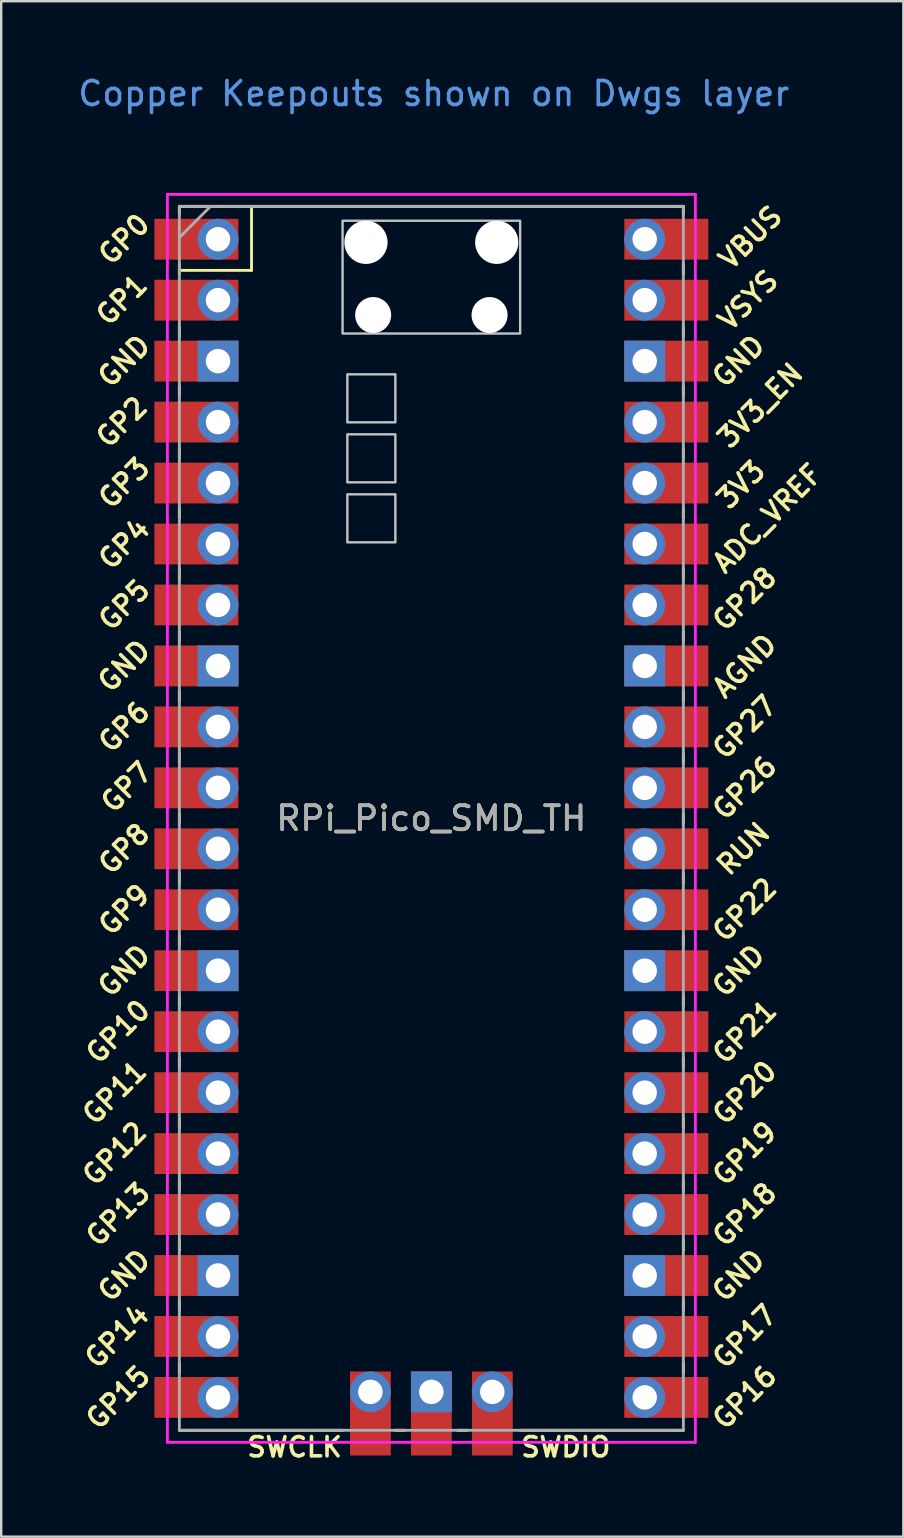
<source format=kicad_pcb>
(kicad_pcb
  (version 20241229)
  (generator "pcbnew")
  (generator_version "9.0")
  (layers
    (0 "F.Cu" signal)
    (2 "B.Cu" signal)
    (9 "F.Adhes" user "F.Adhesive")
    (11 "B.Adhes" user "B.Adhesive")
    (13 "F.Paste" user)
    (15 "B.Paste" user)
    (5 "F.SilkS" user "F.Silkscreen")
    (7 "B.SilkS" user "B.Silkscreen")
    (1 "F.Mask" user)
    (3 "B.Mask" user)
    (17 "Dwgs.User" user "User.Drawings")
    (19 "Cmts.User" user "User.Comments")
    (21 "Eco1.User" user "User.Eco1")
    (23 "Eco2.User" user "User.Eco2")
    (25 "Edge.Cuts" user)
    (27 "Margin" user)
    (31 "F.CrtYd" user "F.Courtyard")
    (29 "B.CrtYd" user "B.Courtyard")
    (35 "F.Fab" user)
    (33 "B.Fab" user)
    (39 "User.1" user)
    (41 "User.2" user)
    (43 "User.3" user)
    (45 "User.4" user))
  (footprint "RPi_Pico_SMD_TH"
    (layer "F.Cu")
    (at 14.924 31.048)
    (property "Reference" "RPi_Pico_SMD_TH" (at 0 0 0) (layer "F.SilkS") (effects (font (size 1 1) (thickness 0.15))))
    (fp_line (start -10.5 -25.5) (end -10.5 -25.2) (stroke (width 0.12) (type solid)) (layer "F.SilkS"))
    (fp_line (start -10.5 -25.5) (end 10.5 -25.5) (stroke (width 0.12) (type solid)) (layer "F.SilkS"))
    (fp_line (start -10.5 -23.1) (end -10.5 -22.7) (stroke (width 0.12) (type solid)) (layer "F.SilkS"))
    (fp_line (start -10.5 -22.833) (end -7.493 -22.833) (stroke (width 0.12) (type solid)) (layer "F.SilkS"))
    (fp_line (start -10.5 -20.5) (end -10.5 -20.1) (stroke (width 0.12) (type solid)) (layer "F.SilkS"))
    (fp_line (start -10.5 -18) (end -10.5 -17.6) (stroke (width 0.12) (type solid)) (layer "F.SilkS"))
    (fp_line (start -10.5 -15.4) (end -10.5 -15) (stroke (width 0.12) (type solid)) (layer "F.SilkS"))
    (fp_line (start -10.5 -12.9) (end -10.5 -12.5) (stroke (width 0.12) (type solid)) (layer "F.SilkS"))
    (fp_line (start -10.5 -10.4) (end -10.5 -10) (stroke (width 0.12) (type solid)) (layer "F.SilkS"))
    (fp_line (start -10.5 -7.8) (end -10.5 -7.4) (stroke (width 0.12) (type solid)) (layer "F.SilkS"))
    (fp_line (start -10.5 -5.3) (end -10.5 -4.9) (stroke (width 0.12) (type solid)) (layer "F.SilkS"))
    (fp_line (start -10.5 -2.7) (end -10.5 -2.3) (stroke (width 0.12) (type solid)) (layer "F.SilkS"))
    (fp_line (start -10.5 -0.2) (end -10.5 0.2) (stroke (width 0.12) (type solid)) (layer "F.SilkS"))
    (fp_line (start -10.5 2.3) (end -10.5 2.7) (stroke (width 0.12) (type solid)) (layer "F.SilkS"))
    (fp_line (start -10.5 4.9) (end -10.5 5.3) (stroke (width 0.12) (type solid)) (layer "F.SilkS"))
    (fp_line (start -10.5 7.4) (end -10.5 7.8) (stroke (width 0.12) (type solid)) (layer "F.SilkS"))
    (fp_line (start -10.5 10) (end -10.5 10.4) (stroke (width 0.12) (type solid)) (layer "F.SilkS"))
    (fp_line (start -10.5 12.5) (end -10.5 12.9) (stroke (width 0.12) (type solid)) (layer "F.SilkS"))
    (fp_line (start -10.5 15.1) (end -10.5 15.5) (stroke (width 0.12) (type solid)) (layer "F.SilkS"))
    (fp_line (start -10.5 17.6) (end -10.5 18) (stroke (width 0.12) (type solid)) (layer "F.SilkS"))
    (fp_line (start -10.5 20.1) (end -10.5 20.5) (stroke (width 0.12) (type solid)) (layer "F.SilkS"))
    (fp_line (start -10.5 22.7) (end -10.5 23.1) (stroke (width 0.12) (type solid)) (layer "F.SilkS"))
    (fp_line (start -7.493 -22.833) (end -7.493 -25.5) (stroke (width 0.12) (type solid)) (layer "F.SilkS"))
    (fp_line (start -3.7 25.5) (end -10.5 25.5) (stroke (width 0.12) (type solid)) (layer "F.SilkS"))
    (fp_line (start -1.5 25.5) (end -1.1 25.5) (stroke (width 0.12) (type solid)) (layer "F.SilkS"))
    (fp_line (start 1.1 25.5) (end 1.5 25.5) (stroke (width 0.12) (type solid)) (layer "F.SilkS"))
    (fp_line (start 10.5 -25.5) (end 10.5 -25.2) (stroke (width 0.12) (type solid)) (layer "F.SilkS"))
    (fp_line (start 10.5 -23.1) (end 10.5 -22.7) (stroke (width 0.12) (type solid)) (layer "F.SilkS"))
    (fp_line (start 10.5 -20.5) (end 10.5 -20.1) (stroke (width 0.12) (type solid)) (layer "F.SilkS"))
    (fp_line (start 10.5 -18) (end 10.5 -17.6) (stroke (width 0.12) (type solid)) (layer "F.SilkS"))
    (fp_line (start 10.5 -15.4) (end 10.5 -15) (stroke (width 0.12) (type solid)) (layer "F.SilkS"))
    (fp_line (start 10.5 -12.9) (end 10.5 -12.5) (stroke (width 0.12) (type solid)) (layer "F.SilkS"))
    (fp_line (start 10.5 -10.4) (end 10.5 -10) (stroke (width 0.12) (type solid)) (layer "F.SilkS"))
    (fp_line (start 10.5 -7.8) (end 10.5 -7.4) (stroke (width 0.12) (type solid)) (layer "F.SilkS"))
    (fp_line (start 10.5 -5.3) (end 10.5 -4.9) (stroke (width 0.12) (type solid)) (layer "F.SilkS"))
    (fp_line (start 10.5 -2.7) (end 10.5 -2.3) (stroke (width 0.12) (type solid)) (layer "F.SilkS"))
    (fp_line (start 10.5 -0.2) (end 10.5 0.2) (stroke (width 0.12) (type solid)) (layer "F.SilkS"))
    (fp_line (start 10.5 2.3) (end 10.5 2.7) (stroke (width 0.12) (type solid)) (layer "F.SilkS"))
    (fp_line (start 10.5 4.9) (end 10.5 5.3) (stroke (width 0.12) (type solid)) (layer "F.SilkS"))
    (fp_line (start 10.5 7.4) (end 10.5 7.8) (stroke (width 0.12) (type solid)) (layer "F.SilkS"))
    (fp_line (start 10.5 10) (end 10.5 10.4) (stroke (width 0.12) (type solid)) (layer "F.SilkS"))
    (fp_line (start 10.5 12.5) (end 10.5 12.9) (stroke (width 0.12) (type solid)) (layer "F.SilkS"))
    (fp_line (start 10.5 15.1) (end 10.5 15.5) (stroke (width 0.12) (type solid)) (layer "F.SilkS"))
    (fp_line (start 10.5 17.6) (end 10.5 18) (stroke (width 0.12) (type solid)) (layer "F.SilkS"))
    (fp_line (start 10.5 20.1) (end 10.5 20.5) (stroke (width 0.12) (type solid)) (layer "F.SilkS"))
    (fp_line (start 10.5 22.7) (end 10.5 23.1) (stroke (width 0.12) (type solid)) (layer "F.SilkS"))
    (fp_line (start 10.5 25.5) (end 3.7 25.5) (stroke (width 0.12) (type solid)) (layer "F.SilkS"))
    (fp_poly (pts (xy -1.5 -16.5) (xy -3.5 -16.5) (xy -3.5 -18.5) (xy -1.5 -18.5)) (stroke (width 0.1) (type solid)) (fill no) (layer "Dwgs.User"))
    (fp_poly (pts (xy -1.5 -14) (xy -3.5 -14) (xy -3.5 -16) (xy -1.5 -16)) (stroke (width 0.1) (type solid)) (fill no) (layer "Dwgs.User"))
    (fp_poly (pts (xy -1.5 -11.5) (xy -3.5 -11.5) (xy -3.5 -13.5) (xy -1.5 -13.5)) (stroke (width 0.1) (type solid)) (fill no) (layer "Dwgs.User"))
    (fp_poly (pts (xy 3.7 -20.2) (xy -3.7 -20.2) (xy -3.7 -24.9) (xy 3.7 -24.9)) (stroke (width 0.1) (type solid)) (fill no) (layer "Dwgs.User"))
    (fp_line (start -11 -26) (end 11 -26) (stroke (width 0.12) (type solid)) (layer "F.CrtYd"))
    (fp_line (start -11 26) (end -11 -26) (stroke (width 0.12) (type solid)) (layer "F.CrtYd"))
    (fp_line (start 11 -26) (end 11 26) (stroke (width 0.12) (type solid)) (layer "F.CrtYd"))
    (fp_line (start 11 26) (end -11 26) (stroke (width 0.12) (type solid)) (layer "F.CrtYd"))
    (fp_line (start -10.5 -25.5) (end 10.5 -25.5) (stroke (width 0.12) (type solid)) (layer "F.Fab"))
    (fp_line (start -10.5 -24.2) (end -9.2 -25.5) (stroke (width 0.12) (type solid)) (layer "F.Fab"))
    (fp_line (start -10.5 25.5) (end -10.5 -25.5) (stroke (width 0.12) (type solid)) (layer "F.Fab"))
    (fp_line (start 10.5 -25.5) (end 10.5 25.5) (stroke (width 0.12) (type solid)) (layer "F.Fab"))
    (fp_line (start 10.5 25.5) (end -10.5 25.5) (stroke (width 0.12) (type solid)) (layer "F.Fab"))
    (fp_text user "GP1" (at -12.9 -21.6 45) (layer "F.SilkS") (effects (font (size 0.8 0.8) (thickness 0.15))))
    (fp_text user "3V3_EN" (at 13.7 -17.2 45) (layer "F.SilkS") (effects (font (size 0.8 0.8) (thickness 0.15))))
    (fp_text user "3V3" (at 12.9 -13.9 45) (layer "F.SilkS") (effects (font (size 0.8 0.8) (thickness 0.15))))
    (fp_text user "GP12" (at -13.2 13.97 45) (layer "F.SilkS") (effects (font (size 0.8 0.8) (thickness 0.15))))
    (fp_text user "SWCLK" (at -5.7 26.2 0) (layer "F.SilkS") (effects (font (size 0.8 0.8) (thickness 0.15))))
    (fp_text user "GP6" (at -12.8 -3.81 45) (layer "F.SilkS") (effects (font (size 0.8 0.8) (thickness 0.15))))
    (fp_text user "GND" (at -12.8 -19.05 45) (layer "F.SilkS") (effects (font (size 0.8 0.8) (thickness 0.15))))
    (fp_text user "GP21" (at 13.054 8.9 45) (layer "F.SilkS") (effects (font (size 0.8 0.8) (thickness 0.15))))
    (fp_text user "GP28" (at 13.054 -9.144 45) (layer "F.SilkS") (effects (font (size 0.8 0.8) (thickness 0.15))))
    (fp_text user "GND" (at -12.8 -6.35 45) (layer "F.SilkS") (effects (font (size 0.8 0.8) (thickness 0.15))))
    (fp_text user "GP5" (at -12.8 -8.89 45) (layer "F.SilkS") (effects (font (size 0.8 0.8) (thickness 0.15))))
    (fp_text user "GP26" (at 13.054 -1.27 45) (layer "F.SilkS") (effects (font (size 0.8 0.8) (thickness 0.15))))
    (fp_text user "GP3" (at -12.8 -13.97 45) (layer "F.SilkS") (effects (font (size 0.8 0.8) (thickness 0.15))))
    (fp_text user "GP0" (at -12.8 -24.13 45) (layer "F.SilkS") (effects (font (size 0.8 0.8) (thickness 0.15))))
    (fp_text user "GP9" (at -12.8 3.81 45) (layer "F.SilkS") (effects (font (size 0.8 0.8) (thickness 0.15))))
    (fp_text user "GP7" (at -12.7 -1.3 45) (layer "F.SilkS") (effects (font (size 0.8 0.8) (thickness 0.15))))
    (fp_text user "GP19" (at 13.054 13.97 45) (layer "F.SilkS") (effects (font (size 0.8 0.8) (thickness 0.15))))
    (fp_text user "GP27" (at 13.054 -3.8 45) (layer "F.SilkS") (effects (font (size 0.8 0.8) (thickness 0.15))))
    (fp_text user "SWDIO" (at 5.6 26.2 0) (layer "F.SilkS") (effects (font (size 0.8 0.8) (thickness 0.15))))
    (fp_text user "GP15" (at -13.054 24.13 45) (layer "F.SilkS") (effects (font (size 0.8 0.8) (thickness 0.15))))
    (fp_text user "ADC_VREF" (at 14 -12.5 45) (layer "F.SilkS") (effects (font (size 0.8 0.8) (thickness 0.15))))
    (fp_text user "GND" (at 12.8 19.05 45) (layer "F.SilkS") (effects (font (size 0.8 0.8) (thickness 0.15))))
    (fp_text user "GP10" (at -13.054 8.89 45) (layer "F.SilkS") (effects (font (size 0.8 0.8) (thickness 0.15))))
    (fp_text user "VSYS" (at 13.2 -21.59 45) (layer "F.SilkS") (effects (font (size 0.8 0.8) (thickness 0.15))))
    (fp_text user "AGND" (at 13.054 -6.35 45) (layer "F.SilkS") (effects (font (size 0.8 0.8) (thickness 0.15))))
    (fp_text user "GP8" (at -12.8 1.27 45) (layer "F.SilkS") (effects (font (size 0.8 0.8) (thickness 0.15))))
    (fp_text user "GP22" (at 13.054 3.81 45) (layer "F.SilkS") (effects (font (size 0.8 0.8) (thickness 0.15))))
    (fp_text user "GP20" (at 13.054 11.43 45) (layer "F.SilkS") (effects (font (size 0.8 0.8) (thickness 0.15))))
    (fp_text user "GP4" (at -12.8 -11.43 45) (layer "F.SilkS") (effects (font (size 0.8 0.8) (thickness 0.15))))
    (fp_text user "GP11" (at -13.2 11.43 45) (layer "F.SilkS") (effects (font (size 0.8 0.8) (thickness 0.15))))
    (fp_text user "VBUS" (at 13.3 -24.2 45) (layer "F.SilkS") (effects (font (size 0.8 0.8) (thickness 0.15))))
    (fp_text user "GND" (at 12.8 6.35 45) (layer "F.SilkS") (effects (font (size 0.8 0.8) (thickness 0.15))))
    (fp_text user "GND" (at 12.8 -19.05 45) (layer "F.SilkS") (effects (font (size 0.8 0.8) (thickness 0.15))))
    (fp_text user "GP16" (at 13.054 24.13 45) (layer "F.SilkS") (effects (font (size 0.8 0.8) (thickness 0.15))))
    (fp_text user "RUN" (at 13 1.27 45) (layer "F.SilkS") (effects (font (size 0.8 0.8) (thickness 0.15))))
    (fp_text user "GP18" (at 13.054 16.51 45) (layer "F.SilkS") (effects (font (size 0.8 0.8) (thickness 0.15))))
    (fp_text user "GND" (at -12.8 6.35 45) (layer "F.SilkS") (effects (font (size 0.8 0.8) (thickness 0.15))))
    (fp_text user "GP17" (at 13.054 21.59 45) (layer "F.SilkS") (effects (font (size 0.8 0.8) (thickness 0.15))))
    (fp_text user "GP13" (at -13.054 16.51 45) (layer "F.SilkS") (effects (font (size 0.8 0.8) (thickness 0.15))))
    (fp_text user "GND" (at -12.8 19.05 45) (layer "F.SilkS") (effects (font (size 0.8 0.8) (thickness 0.15))))
    (fp_text user "GP2" (at -12.9 -16.51 45) (layer "F.SilkS") (effects (font (size 0.8 0.8) (thickness 0.15))))
    (fp_text user "GP14" (at -13.1 21.59 45) (layer "F.SilkS") (effects (font (size 0.8 0.8) (thickness 0.15))))
    (fp_text user "Copper Keepouts shown on Dwgs layer" (at 0.1 -30.2 0) (layer "Cmts.User") (effects (font (size 1 1) (thickness 0.15))))
    (fp_text user "${REFERENCE}" (at 0 0 180) (layer "F.Fab") (effects (font (size 1 1) (thickness 0.15))))
    (pad "" np_thru_hole oval (at -2.725 -24) (size 1.8 1.8) (drill 1.8) (layers "*.Cu" "*.Mask"))
    (pad "" np_thru_hole oval (at -2.425 -20.97) (size 1.5 1.5) (drill 1.5) (layers "*.Cu" "*.Mask"))
    (pad "" np_thru_hole oval (at 2.425 -20.97) (size 1.5 1.5) (drill 1.5) (layers "*.Cu" "*.Mask"))
    (pad "" np_thru_hole oval (at 2.725 -24) (size 1.8 1.8) (drill 1.8) (layers "*.Cu" "*.Mask"))
    (pad "1" thru_hole oval (at -8.89 -24.13) (size 1.7 1.7) (drill 1.02) (layers "*.Cu" "*.Mask"))
    (pad "1" smd rect (at -8.89 -24.13) (size 3.5 1.7) (drill (offset -0.9 0)) (layers "F.Cu" "F.Mask"))
    (pad "2" thru_hole oval (at -8.89 -21.59) (size 1.7 1.7) (drill 1.02) (layers "*.Cu" "*.Mask"))
    (pad "2" smd rect (at -8.89 -21.59) (size 3.5 1.7) (drill (offset -0.9 0)) (layers "F.Cu" "F.Mask"))
    (pad "3" thru_hole rect (at -8.89 -19.05) (size 1.7 1.7) (drill 1.02) (layers "*.Cu" "*.Mask"))
    (pad "3" smd rect (at -8.89 -19.05) (size 3.5 1.7) (drill (offset -0.9 0)) (layers "F.Cu" "F.Mask"))
    (pad "4" thru_hole oval (at -8.89 -16.51) (size 1.7 1.7) (drill 1.02) (layers "*.Cu" "*.Mask"))
    (pad "4" smd rect (at -8.89 -16.51) (size 3.5 1.7) (drill (offset -0.9 0)) (layers "F.Cu" "F.Mask"))
    (pad "5" thru_hole oval (at -8.89 -13.97) (size 1.7 1.7) (drill 1.02) (layers "*.Cu" "*.Mask"))
    (pad "5" smd rect (at -8.89 -13.97) (size 3.5 1.7) (drill (offset -0.9 0)) (layers "F.Cu" "F.Mask"))
    (pad "6" thru_hole oval (at -8.89 -11.43) (size 1.7 1.7) (drill 1.02) (layers "*.Cu" "*.Mask"))
    (pad "6" smd rect (at -8.89 -11.43) (size 3.5 1.7) (drill (offset -0.9 0)) (layers "F.Cu" "F.Mask"))
    (pad "7" thru_hole oval (at -8.89 -8.89) (size 1.7 1.7) (drill 1.02) (layers "*.Cu" "*.Mask"))
    (pad "7" smd rect (at -8.89 -8.89) (size 3.5 1.7) (drill (offset -0.9 0)) (layers "F.Cu" "F.Mask"))
    (pad "8" thru_hole rect (at -8.89 -6.35) (size 1.7 1.7) (drill 1.02) (layers "*.Cu" "*.Mask"))
    (pad "8" smd rect (at -8.89 -6.35) (size 3.5 1.7) (drill (offset -0.9 0)) (layers "F.Cu" "F.Mask"))
    (pad "9" thru_hole oval (at -8.89 -3.81) (size 1.7 1.7) (drill 1.02) (layers "*.Cu" "*.Mask"))
    (pad "9" smd rect (at -8.89 -3.81) (size 3.5 1.7) (drill (offset -0.9 0)) (layers "F.Cu" "F.Mask"))
    (pad "10" thru_hole oval (at -8.89 -1.27) (size 1.7 1.7) (drill 1.02) (layers "*.Cu" "*.Mask"))
    (pad "10" smd rect (at -8.89 -1.27) (size 3.5 1.7) (drill (offset -0.9 0)) (layers "F.Cu" "F.Mask"))
    (pad "11" thru_hole oval (at -8.89 1.27) (size 1.7 1.7) (drill 1.02) (layers "*.Cu" "*.Mask"))
    (pad "11" smd rect (at -8.89 1.27) (size 3.5 1.7) (drill (offset -0.9 0)) (layers "F.Cu" "F.Mask"))
    (pad "12" thru_hole oval (at -8.89 3.81) (size 1.7 1.7) (drill 1.02) (layers "*.Cu" "*.Mask"))
    (pad "12" smd rect (at -8.89 3.81) (size 3.5 1.7) (drill (offset -0.9 0)) (layers "F.Cu" "F.Mask"))
    (pad "13" thru_hole rect (at -8.89 6.35) (size 1.7 1.7) (drill 1.02) (layers "*.Cu" "*.Mask"))
    (pad "13" smd rect (at -8.89 6.35) (size 3.5 1.7) (drill (offset -0.9 0)) (layers "F.Cu" "F.Mask"))
    (pad "14" thru_hole oval (at -8.89 8.89) (size 1.7 1.7) (drill 1.02) (layers "*.Cu" "*.Mask"))
    (pad "14" smd rect (at -8.89 8.89) (size 3.5 1.7) (drill (offset -0.9 0)) (layers "F.Cu" "F.Mask"))
    (pad "15" thru_hole oval (at -8.89 11.43) (size 1.7 1.7) (drill 1.02) (layers "*.Cu" "*.Mask"))
    (pad "15" smd rect (at -8.89 11.43) (size 3.5 1.7) (drill (offset -0.9 0)) (layers "F.Cu" "F.Mask"))
    (pad "16" thru_hole oval (at -8.89 13.97) (size 1.7 1.7) (drill 1.02) (layers "*.Cu" "*.Mask"))
    (pad "16" smd rect (at -8.89 13.97) (size 3.5 1.7) (drill (offset -0.9 0)) (layers "F.Cu" "F.Mask"))
    (pad "17" thru_hole oval (at -8.89 16.51) (size 1.7 1.7) (drill 1.02) (layers "*.Cu" "*.Mask"))
    (pad "17" smd rect (at -8.89 16.51) (size 3.5 1.7) (drill (offset -0.9 0)) (layers "F.Cu" "F.Mask"))
    (pad "18" thru_hole rect (at -8.89 19.05) (size 1.7 1.7) (drill 1.02) (layers "*.Cu" "*.Mask"))
    (pad "18" smd rect (at -8.89 19.05) (size 3.5 1.7) (drill (offset -0.9 0)) (layers "F.Cu" "F.Mask"))
    (pad "19" thru_hole oval (at -8.89 21.59) (size 1.7 1.7) (drill 1.02) (layers "*.Cu" "*.Mask"))
    (pad "19" smd rect (at -8.89 21.59) (size 3.5 1.7) (drill (offset -0.9 0)) (layers "F.Cu" "F.Mask"))
    (pad "20" thru_hole oval (at -8.89 24.13) (size 1.7 1.7) (drill 1.02) (layers "*.Cu" "*.Mask"))
    (pad "20" smd rect (at -8.89 24.13) (size 3.5 1.7) (drill (offset -0.9 0)) (layers "F.Cu" "F.Mask"))
    (pad "21" thru_hole oval (at 8.89 24.13) (size 1.7 1.7) (drill 1.02) (layers "*.Cu" "*.Mask"))
    (pad "21" smd rect (at 8.89 24.13) (size 3.5 1.7) (drill (offset 0.9 0)) (layers "F.Cu" "F.Mask"))
    (pad "22" thru_hole oval (at 8.89 21.59) (size 1.7 1.7) (drill 1.02) (layers "*.Cu" "*.Mask"))
    (pad "22" smd rect (at 8.89 21.59) (size 3.5 1.7) (drill (offset 0.9 0)) (layers "F.Cu" "F.Mask"))
    (pad "23" thru_hole rect (at 8.89 19.05) (size 1.7 1.7) (drill 1.02) (layers "*.Cu" "*.Mask"))
    (pad "23" smd rect (at 8.89 19.05) (size 3.5 1.7) (drill (offset 0.9 0)) (layers "F.Cu" "F.Mask"))
    (pad "24" thru_hole oval (at 8.89 16.51) (size 1.7 1.7) (drill 1.02) (layers "*.Cu" "*.Mask"))
    (pad "24" smd rect (at 8.89 16.51) (size 3.5 1.7) (drill (offset 0.9 0)) (layers "F.Cu" "F.Mask"))
    (pad "25" thru_hole oval (at 8.89 13.97) (size 1.7 1.7) (drill 1.02) (layers "*.Cu" "*.Mask"))
    (pad "25" smd rect (at 8.89 13.97) (size 3.5 1.7) (drill (offset 0.9 0)) (layers "F.Cu" "F.Mask"))
    (pad "26" thru_hole oval (at 8.89 11.43) (size 1.7 1.7) (drill 1.02) (layers "*.Cu" "*.Mask"))
    (pad "26" smd rect (at 8.89 11.43) (size 3.5 1.7) (drill (offset 0.9 0)) (layers "F.Cu" "F.Mask"))
    (pad "27" thru_hole oval (at 8.89 8.89) (size 1.7 1.7) (drill 1.02) (layers "*.Cu" "*.Mask"))
    (pad "27" smd rect (at 8.89 8.89) (size 3.5 1.7) (drill (offset 0.9 0)) (layers "F.Cu" "F.Mask"))
    (pad "28" thru_hole rect (at 8.89 6.35) (size 1.7 1.7) (drill 1.02) (layers "*.Cu" "*.Mask"))
    (pad "28" smd rect (at 8.89 6.35) (size 3.5 1.7) (drill (offset 0.9 0)) (layers "F.Cu" "F.Mask"))
    (pad "29" thru_hole oval (at 8.89 3.81) (size 1.7 1.7) (drill 1.02) (layers "*.Cu" "*.Mask"))
    (pad "29" smd rect (at 8.89 3.81) (size 3.5 1.7) (drill (offset 0.9 0)) (layers "F.Cu" "F.Mask"))
    (pad "30" thru_hole oval (at 8.89 1.27) (size 1.7 1.7) (drill 1.02) (layers "*.Cu" "*.Mask"))
    (pad "30" smd rect (at 8.89 1.27) (size 3.5 1.7) (drill (offset 0.9 0)) (layers "F.Cu" "F.Mask"))
    (pad "31" thru_hole oval (at 8.89 -1.27) (size 1.7 1.7) (drill 1.02) (layers "*.Cu" "*.Mask"))
    (pad "31" smd rect (at 8.89 -1.27) (size 3.5 1.7) (drill (offset 0.9 0)) (layers "F.Cu" "F.Mask"))
    (pad "32" thru_hole oval (at 8.89 -3.81) (size 1.7 1.7) (drill 1.02) (layers "*.Cu" "*.Mask"))
    (pad "32" smd rect (at 8.89 -3.81) (size 3.5 1.7) (drill (offset 0.9 0)) (layers "F.Cu" "F.Mask"))
    (pad "33" thru_hole rect (at 8.89 -6.35) (size 1.7 1.7) (drill 1.02) (layers "*.Cu" "*.Mask"))
    (pad "33" smd rect (at 8.89 -6.35) (size 3.5 1.7) (drill (offset 0.9 0)) (layers "F.Cu" "F.Mask"))
    (pad "34" thru_hole oval (at 8.89 -8.89) (size 1.7 1.7) (drill 1.02) (layers "*.Cu" "*.Mask"))
    (pad "34" smd rect (at 8.89 -8.89) (size 3.5 1.7) (drill (offset 0.9 0)) (layers "F.Cu" "F.Mask"))
    (pad "35" thru_hole oval (at 8.89 -11.43) (size 1.7 1.7) (drill 1.02) (layers "*.Cu" "*.Mask"))
    (pad "35" smd rect (at 8.89 -11.43) (size 3.5 1.7) (drill (offset 0.9 0)) (layers "F.Cu" "F.Mask"))
    (pad "36" thru_hole oval (at 8.89 -13.97) (size 1.7 1.7) (drill 1.02) (layers "*.Cu" "*.Mask"))
    (pad "36" smd rect (at 8.89 -13.97) (size 3.5 1.7) (drill (offset 0.9 0)) (layers "F.Cu" "F.Mask"))
    (pad "37" thru_hole oval (at 8.89 -16.51) (size 1.7 1.7) (drill 1.02) (layers "*.Cu" "*.Mask"))
    (pad "37" smd rect (at 8.89 -16.51) (size 3.5 1.7) (drill (offset 0.9 0)) (layers "F.Cu" "F.Mask"))
    (pad "38" thru_hole rect (at 8.89 -19.05) (size 1.7 1.7) (drill 1.02) (layers "*.Cu" "*.Mask"))
    (pad "38" smd rect (at 8.89 -19.05) (size 3.5 1.7) (drill (offset 0.9 0)) (layers "F.Cu" "F.Mask"))
    (pad "39" thru_hole oval (at 8.89 -21.59) (size 1.7 1.7) (drill 1.02) (layers "*.Cu" "*.Mask"))
    (pad "39" smd rect (at 8.89 -21.59) (size 3.5 1.7) (drill (offset 0.9 0)) (layers "F.Cu" "F.Mask"))
    (pad "40" thru_hole oval (at 8.89 -24.13) (size 1.7 1.7) (drill 1.02) (layers "*.Cu" "*.Mask"))
    (pad "40" smd rect (at 8.89 -24.13) (size 3.5 1.7) (drill (offset 0.9 0)) (layers "F.Cu" "F.Mask"))
    (pad "41" thru_hole oval (at -2.54 23.9) (size 1.7 1.7) (drill 1.02) (layers "*.Cu" "*.Mask"))
    (pad "41" smd rect (at -2.54 23.9 90) (size 3.5 1.7) (drill (offset -0.9 0)) (layers "F.Cu" "F.Mask"))
    (pad "42" thru_hole rect (at 0 23.9) (size 1.7 1.7) (drill 1.02) (layers "*.Cu" "*.Mask"))
    (pad "42" smd rect (at 0 23.9 90) (size 3.5 1.7) (drill (offset -0.9 0)) (layers "F.Cu" "F.Mask"))
    (pad "43" thru_hole oval (at 2.54 23.9) (size 1.7 1.7) (drill 1.02) (layers "*.Cu" "*.Mask"))
    (pad "43" smd rect (at 2.54 23.9 90) (size 3.5 1.7) (drill (offset -0.9 0)) (layers "F.Cu" "F.Mask")))
  (gr_rect
    (start -3 -3)
    (end 34.591 60.98)
    (stroke (width 0.1) (type default))
    (fill no)
    (layer "Edge.Cuts")))
</source>
